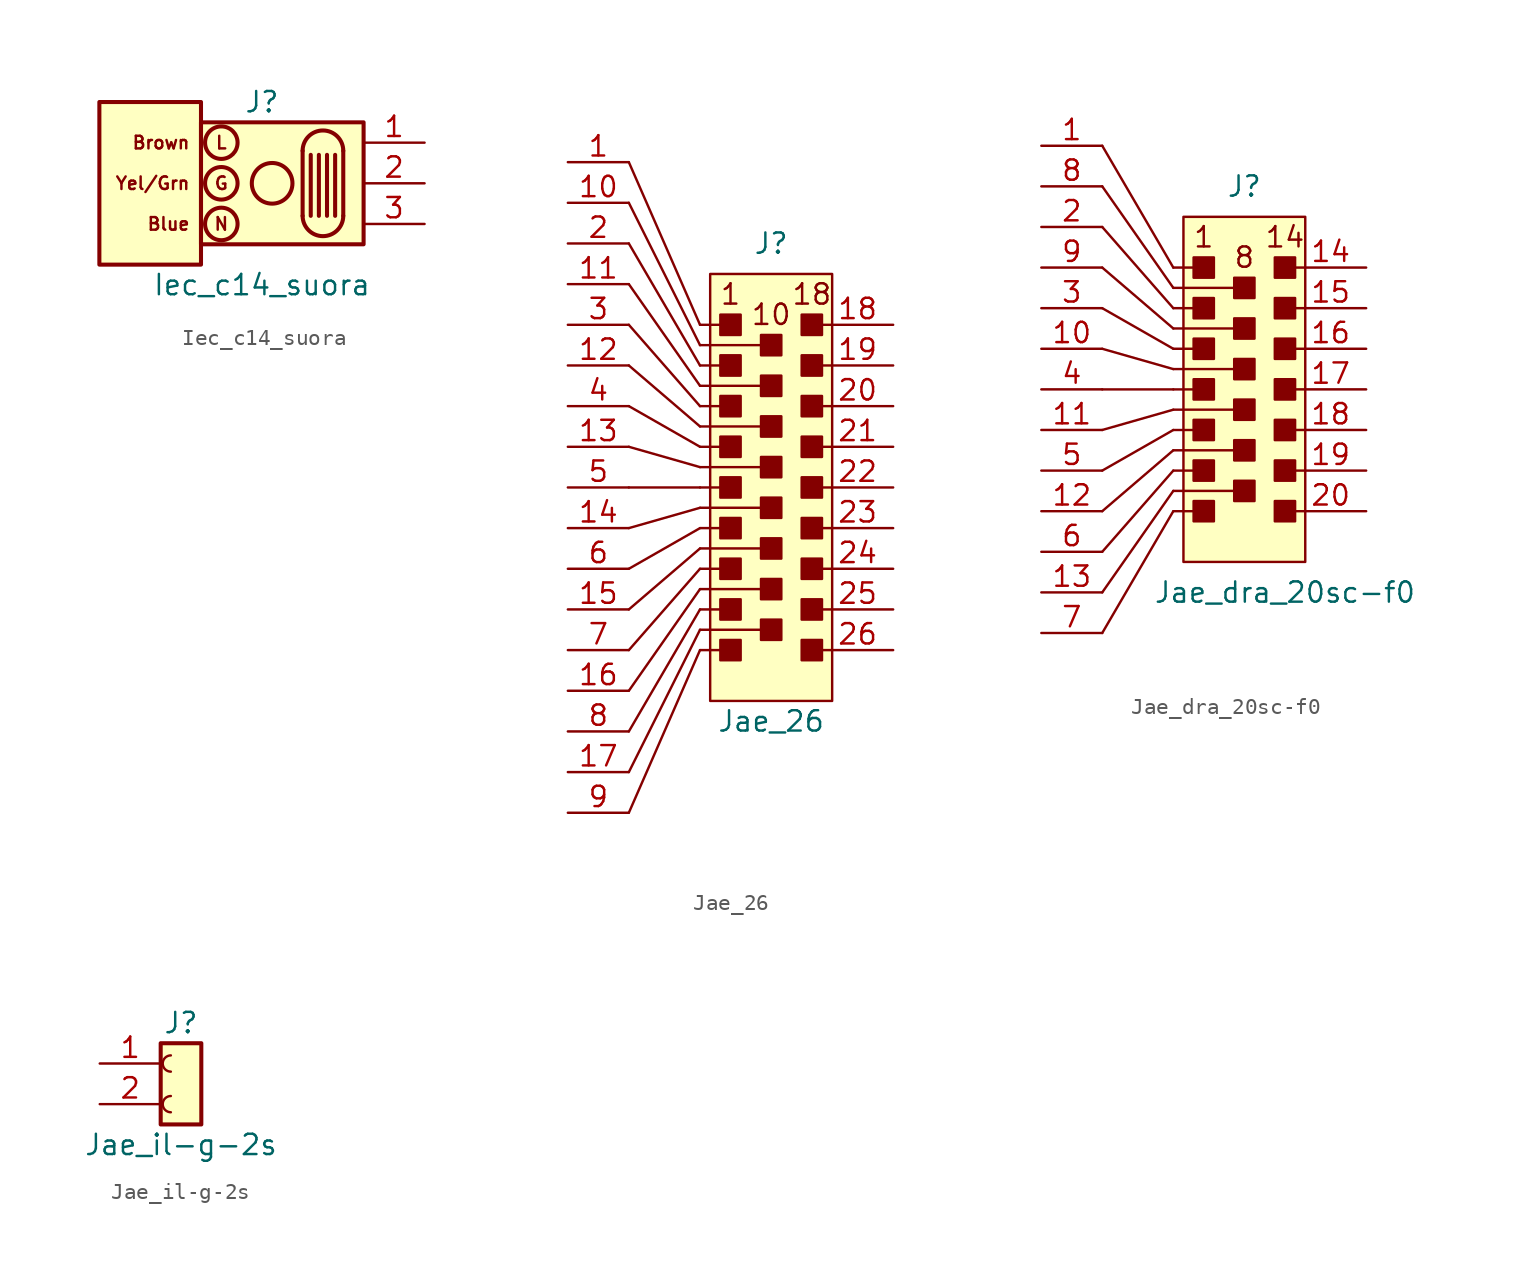
<source format=kicad_sym>
(kicad_symbol_lib
  (version 20220914)
  (generator kicad_symbol_editor)
  (symbol "Iec_c14_suora"
    (pin_names
      (offset 1.016) hide)
    (property "Reference" "J"
      (at 0 5.08 0)
      (effects (font (size 1.27 1.27))))
    (property "Value" "Iec_c14_suora"
      (at 0 -6.35 0)
      (effects (font (size 1.27 1.27))))
    (symbol "Iec_c14_suora_0_0"
      (text "Blue" (at -4.445 -2.54 0) (effects (font (size 0.787 0.787)) (justify right)))
      (text "Brown" (at -4.445 2.54 0) (effects (font (size 0.787 0.787)) (justify right)))
      (text "G" (at -2.54 0 0) (effects (font (size 0.787 0.787))))
      (text "L" (at -2.54 2.54 0) (effects (font (size 0.787 0.787))))
      (text "N" (at -2.54 -2.54 0) (effects (font (size 0.787 0.787))))
      (text "Yel/Grn" (at -4.445 0 0) (effects (font (size 0.787 0.787)) (justify right))))
    (symbol "Iec_c14_suora_0_1"
      (rectangle (start -10.16 5.08) (end -3.81 -5.08) (stroke (width 0.254) (type default)) (fill (type background)))
      (rectangle (start -3.81 3.81) (end 6.35 -3.81) (stroke (width 0.254) (type default)) (fill (type background)))
      (circle (center -2.54 -2.54) (radius 1.016) (stroke (width 0.254) (type default)) (fill (type none)))
      (circle (center -2.54 0) (radius 1.016) (stroke (width 0.254) (type default)) (fill (type none)))
      (circle (center -2.54 2.54) (radius 1.016) (stroke (width 0.254) (type default)) (fill (type none)))
      (polyline (pts (xy 2.54 2.032) (xy 2.54 -2.032)) (stroke (width 0.254) (type default)) (fill (type none)))
      (polyline (pts (xy 3.048 1.778) (xy 3.048 -2.032)) (stroke (width 0.254) (type default)) (fill (type none)))
      (polyline (pts (xy 3.556 1.778) (xy 3.556 -2.032)) (stroke (width 0.254) (type default)) (fill (type none)))
      (polyline (pts (xy 4.064 1.778) (xy 4.064 -2.032)) (stroke (width 0.254) (type default)) (fill (type none)))
      (polyline (pts (xy 4.572 1.778) (xy 4.572 -2.032)) (stroke (width 0.254) (type default)) (fill (type none)))
      (polyline (pts (xy 5.08 2.032) (xy 5.08 -2.032)) (stroke (width 0.254) (type default)) (fill (type none)))
      (circle (center 0.635 0) (radius 1.27) (stroke (width 0.254) (type default)) (fill (type none)))
      (arc (start 2.54 -2.032) (mid 3.81 -3.2965) (end 5.08 -2.032) (stroke (width 0.254) (type default)) (fill (type none))))
    (symbol "Iec_c14_suora_1_1"
      (arc (start 5.08 2.032) (mid 3.81 3.2965) (end 2.54 2.032) (stroke (width 0.254) (type default)) (fill (type none)))
      (pin passive line (at 10.16 2.54 180) (length 3.81) (name "Pin_1" (effects (font (size 1.27 1.27)))) (number "1" (effects (font (size 1.27 1.27)))))
      (pin passive line (at 10.16 0 180) (length 3.81) (name "Pin_2" (effects (font (size 1.27 1.27)))) (number "2" (effects (font (size 1.27 1.27)))))
      (pin passive line (at 10.16 -2.54 180) (length 3.81) (name "Pin_3" (effects (font (size 1.27 1.27)))) (number "3" (effects (font (size 1.27 1.27)))))))
  (symbol "Jae_26"
    (pin_names
      (offset 1.016) hide)
    (property "Reference" "J"
      (at 0 15.24 0)
      (effects (font (size 1.27 1.27))))
    (property "Value" "Jae_26"
      (at 0 -14.605 0)
      (effects (font (size 1.27 1.27))))
    (symbol "Jae_26_0_0"
      (text "1" (at -2.54 12.065 0) (effects (font (size 1.27 1.27))))
      (text "10" (at 0 10.795 0) (effects (font (size 1.27 1.27))))
      (text "18" (at 2.54 12.065 0) (effects (font (size 1.27 1.27)))))
    (symbol "Jae_26_0_1"
      (rectangle (start -3.81 13.335) (end 3.81 -13.335) (stroke (width 0.152) (type default)) (fill (type background)))
      (rectangle (start -3.175 -9.525) (end -1.905 -10.795) (stroke (width 0.152) (type default)) (fill (type outline)))
      (rectangle (start -3.175 -6.985) (end -1.905 -8.255) (stroke (width 0.152) (type default)) (fill (type outline)))
      (rectangle (start -3.175 -4.445) (end -1.905 -5.715) (stroke (width 0.152) (type default)) (fill (type outline)))
      (rectangle (start -3.175 -1.905) (end -1.905 -3.175) (stroke (width 0.152) (type default)) (fill (type outline)))
      (rectangle (start -3.175 0.635) (end -1.905 -0.635) (stroke (width 0.152) (type default)) (fill (type outline)))
      (rectangle (start -3.175 3.175) (end -1.905 1.905) (stroke (width 0.152) (type default)) (fill (type outline)))
      (rectangle (start -3.175 5.715) (end -1.905 4.445) (stroke (width 0.152) (type default)) (fill (type outline)))
      (rectangle (start -3.175 8.255) (end -1.905 6.985) (stroke (width 0.152) (type default)) (fill (type outline)))
      (rectangle (start -3.175 10.795) (end -1.905 9.525) (stroke (width 0.152) (type default)) (fill (type outline)))
      (rectangle (start -0.635 -8.255) (end 0.635 -9.525) (stroke (width 0.152) (type default)) (fill (type outline)))
      (rectangle (start -0.635 -5.715) (end 0.635 -6.985) (stroke (width 0.152) (type default)) (fill (type outline)))
      (rectangle (start -0.635 -3.175) (end 0.635 -4.445) (stroke (width 0.152) (type default)) (fill (type outline)))
      (rectangle (start -0.635 -0.635) (end 0.635 -1.905) (stroke (width 0.152) (type default)) (fill (type outline)))
      (rectangle (start -0.635 1.905) (end 0.635 0.635) (stroke (width 0.152) (type default)) (fill (type outline)))
      (rectangle (start -0.635 4.445) (end 0.635 3.175) (stroke (width 0.152) (type default)) (fill (type outline)))
      (rectangle (start -0.635 6.985) (end 0.635 5.715) (stroke (width 0.152) (type default)) (fill (type outline)))
      (rectangle (start -0.635 9.525) (end 0.635 8.255) (stroke (width 0.152) (type default)) (fill (type outline)))
      (polyline (pts (xy -8.89 2.54) (xy -4.445 1.27)) (stroke (width 0.152) (type default)) (fill (type none)))
      (polyline (pts (xy -4.445 -10.16) (xy -8.89 -20.32)) (stroke (width 0.152) (type default)) (fill (type none)))
      (polyline (pts (xy -4.445 -8.89) (xy -8.89 -17.78)) (stroke (width 0.152) (type default)) (fill (type none)))
      (polyline (pts (xy -4.445 -7.62) (xy -8.89 -15.24)) (stroke (width 0.152) (type default)) (fill (type none)))
      (polyline (pts (xy -4.445 -6.35) (xy -8.89 -12.7)) (stroke (width 0.152) (type default)) (fill (type none)))
      (polyline (pts (xy -4.445 -5.08) (xy -8.89 -10.16)) (stroke (width 0.152) (type default)) (fill (type none)))
      (polyline (pts (xy -4.445 -3.81) (xy -8.89 -7.62)) (stroke (width 0.152) (type default)) (fill (type none)))
      (polyline (pts (xy -4.445 -2.54) (xy -8.89 -5.08)) (stroke (width 0.152) (type default)) (fill (type none)))
      (polyline (pts (xy -4.445 -1.27) (xy -8.89 -2.54)) (stroke (width 0.152) (type default)) (fill (type none)))
      (polyline (pts (xy -4.445 0) (xy -8.89 0)) (stroke (width 0.152) (type default)) (fill (type none)))
      (polyline (pts (xy -4.445 2.54) (xy -8.89 5.08)) (stroke (width 0.152) (type default)) (fill (type none)))
      (polyline (pts (xy -4.445 3.81) (xy -8.89 7.62)) (stroke (width 0.152) (type default)) (fill (type none)))
      (polyline (pts (xy -4.445 5.08) (xy -8.89 10.16)) (stroke (width 0.152) (type default)) (fill (type none)))
      (polyline (pts (xy -4.445 6.35) (xy -8.89 12.7)) (stroke (width 0.152) (type default)) (fill (type none)))
      (polyline (pts (xy -4.445 7.62) (xy -8.89 15.24)) (stroke (width 0.152) (type default)) (fill (type none)))
      (polyline (pts (xy -4.445 8.89) (xy -8.89 17.78)) (stroke (width 0.152) (type default)) (fill (type none)))
      (polyline (pts (xy -4.445 10.16) (xy -8.89 20.32)) (stroke (width 0.152) (type default)) (fill (type none)))
      (polyline (pts (xy -3.175 -10.16) (xy -4.445 -10.16)) (stroke (width 0.152) (type default)) (fill (type none)))
      (polyline (pts (xy -3.175 -7.62) (xy -4.445 -7.62)) (stroke (width 0.152) (type default)) (fill (type none)))
      (polyline (pts (xy -3.175 -5.08) (xy -4.445 -5.08)) (stroke (width 0.152) (type default)) (fill (type none)))
      (polyline (pts (xy -3.175 -2.54) (xy -4.445 -2.54)) (stroke (width 0.152) (type default)) (fill (type none)))
      (polyline (pts (xy -3.175 0) (xy -4.445 0)) (stroke (width 0.152) (type default)) (fill (type none)))
      (polyline (pts (xy -3.175 2.54) (xy -4.445 2.54)) (stroke (width 0.152) (type default)) (fill (type none)))
      (polyline (pts (xy -3.175 5.08) (xy -4.445 5.08)) (stroke (width 0.152) (type default)) (fill (type none)))
      (polyline (pts (xy -3.175 7.62) (xy -4.445 7.62)) (stroke (width 0.152) (type default)) (fill (type none)))
      (polyline (pts (xy -3.175 10.16) (xy -4.445 10.16)) (stroke (width 0.152) (type default)) (fill (type none)))
      (polyline (pts (xy -0.635 -8.89) (xy -4.445 -8.89)) (stroke (width 0.152) (type default)) (fill (type none)))
      (polyline (pts (xy -0.635 -6.35) (xy -4.445 -6.35)) (stroke (width 0.152) (type default)) (fill (type none)))
      (polyline (pts (xy -0.635 -3.81) (xy -4.445 -3.81)) (stroke (width 0.152) (type default)) (fill (type none)))
      (polyline (pts (xy -0.635 -1.27) (xy -4.445 -1.27)) (stroke (width 0.152) (type default)) (fill (type none)))
      (polyline (pts (xy -0.635 1.27) (xy -4.445 1.27)) (stroke (width 0.152) (type default)) (fill (type none)))
      (polyline (pts (xy -0.635 3.81) (xy -4.445 3.81)) (stroke (width 0.152) (type default)) (fill (type none)))
      (polyline (pts (xy -0.635 6.35) (xy -4.445 6.35)) (stroke (width 0.152) (type default)) (fill (type none)))
      (polyline (pts (xy -0.635 8.89) (xy -4.445 8.89)) (stroke (width 0.152) (type default)) (fill (type none)))
      (rectangle (start 1.905 -9.525) (end 3.175 -10.795) (stroke (width 0.152) (type default)) (fill (type outline)))
      (rectangle (start 1.905 -6.985) (end 3.175 -8.255) (stroke (width 0.152) (type default)) (fill (type outline)))
      (rectangle (start 1.905 -4.445) (end 3.175 -5.715) (stroke (width 0.152) (type default)) (fill (type outline)))
      (rectangle (start 1.905 -1.905) (end 3.175 -3.175) (stroke (width 0.152) (type default)) (fill (type outline)))
      (rectangle (start 1.905 0.635) (end 3.175 -0.635) (stroke (width 0.152) (type default)) (fill (type outline)))
      (rectangle (start 1.905 3.175) (end 3.175 1.905) (stroke (width 0.152) (type default)) (fill (type outline)))
      (rectangle (start 1.905 5.715) (end 3.175 4.445) (stroke (width 0.152) (type default)) (fill (type outline)))
      (rectangle (start 1.905 8.255) (end 3.175 6.985) (stroke (width 0.152) (type default)) (fill (type outline)))
      (rectangle (start 1.905 10.795) (end 3.175 9.525) (stroke (width 0.152) (type default)) (fill (type outline))))
    (symbol "Jae_26_1_1"
      (pin passive line (at -12.7 20.32 0) (length 3.81) (name "Pin_1" (effects (font (size 1.27 1.27)))) (number "1" (effects (font (size 1.27 1.27)))))
      (pin passive line (at -12.7 17.78 0) (length 3.81) (name "Pin_10" (effects (font (size 1.27 1.27)))) (number "10" (effects (font (size 1.27 1.27)))))
      (pin passive line (at -12.7 12.7 0) (length 3.81) (name "Pin_11" (effects (font (size 1.27 1.27)))) (number "11" (effects (font (size 1.27 1.27)))))
      (pin passive line (at -12.7 7.62 0) (length 3.81) (name "Pin_12" (effects (font (size 1.27 1.27)))) (number "12" (effects (font (size 1.27 1.27)))))
      (pin passive line (at -12.7 2.54 0) (length 3.81) (name "Pin_13" (effects (font (size 1.27 1.27)))) (number "13" (effects (font (size 1.27 1.27)))))
      (pin passive line (at -12.7 -2.54 0) (length 3.81) (name "Pin_14" (effects (font (size 1.27 1.27)))) (number "14" (effects (font (size 1.27 1.27)))))
      (pin passive line (at -12.7 -7.62 0) (length 3.81) (name "Pin_15" (effects (font (size 1.27 1.27)))) (number "15" (effects (font (size 1.27 1.27)))))
      (pin passive line (at -12.7 -12.7 0) (length 3.81) (name "Pin_16" (effects (font (size 1.27 1.27)))) (number "16" (effects (font (size 1.27 1.27)))))
      (pin passive line (at -12.7 -17.78 0) (length 3.81) (name "Pin_17" (effects (font (size 1.27 1.27)))) (number "17" (effects (font (size 1.27 1.27)))))
      (pin passive line (at 7.62 10.16 180) (length 4.445) (name "Pin_18" (effects (font (size 1.27 1.27)))) (number "18" (effects (font (size 1.27 1.27)))))
      (pin passive line (at 7.62 7.62 180) (length 4.445) (name "Pin_19" (effects (font (size 1.27 1.27)))) (number "19" (effects (font (size 1.27 1.27)))))
      (pin passive line (at -12.7 15.24 0) (length 3.81) (name "Pin_2" (effects (font (size 1.27 1.27)))) (number "2" (effects (font (size 1.27 1.27)))))
      (pin passive line (at 7.62 5.08 180) (length 4.445) (name "Pin_20" (effects (font (size 1.27 1.27)))) (number "20" (effects (font (size 1.27 1.27)))))
      (pin passive line (at 7.62 2.54 180) (length 4.445) (name "Pin_21" (effects (font (size 1.27 1.27)))) (number "21" (effects (font (size 1.27 1.27)))))
      (pin passive line (at 7.62 0 180) (length 4.445) (name "Pin_22" (effects (font (size 1.27 1.27)))) (number "22" (effects (font (size 1.27 1.27)))))
      (pin passive line (at 7.62 -2.54 180) (length 4.445) (name "Pin_23" (effects (font (size 1.27 1.27)))) (number "23" (effects (font (size 1.27 1.27)))))
      (pin passive line (at 7.62 -5.08 180) (length 4.445) (name "Pin_24" (effects (font (size 1.27 1.27)))) (number "24" (effects (font (size 1.27 1.27)))))
      (pin passive line (at 7.62 -7.62 180) (length 4.445) (name "Pin_25" (effects (font (size 1.27 1.27)))) (number "25" (effects (font (size 1.27 1.27)))))
      (pin passive line (at 7.62 -10.16 180) (length 4.445) (name "Pin_26" (effects (font (size 1.27 1.27)))) (number "26" (effects (font (size 1.27 1.27)))))
      (pin passive line (at -12.7 10.16 0) (length 3.81) (name "Pin_3" (effects (font (size 1.27 1.27)))) (number "3" (effects (font (size 1.27 1.27)))))
      (pin passive line (at -12.7 5.08 0) (length 3.81) (name "Pin_4" (effects (font (size 1.27 1.27)))) (number "4" (effects (font (size 1.27 1.27)))))
      (pin passive line (at -12.7 0 0) (length 3.81) (name "Pin_5" (effects (font (size 1.27 1.27)))) (number "5" (effects (font (size 1.27 1.27)))))
      (pin passive line (at -12.7 -5.08 0) (length 3.81) (name "Pin_6" (effects (font (size 1.27 1.27)))) (number "6" (effects (font (size 1.27 1.27)))))
      (pin passive line (at -12.7 -10.16 0) (length 3.81) (name "Pin_7" (effects (font (size 1.27 1.27)))) (number "7" (effects (font (size 1.27 1.27)))))
      (pin passive line (at -12.7 -15.24 0) (length 3.81) (name "Pin_8" (effects (font (size 1.27 1.27)))) (number "8" (effects (font (size 1.27 1.27)))))
      (pin passive line (at -12.7 -20.32 0) (length 3.81) (name "Pin_9" (effects (font (size 1.27 1.27)))) (number "9" (effects (font (size 1.27 1.27)))))))
  (symbol "Jae_dra_20sc-f0"
    (pin_names
      (offset 1.016) hide)
    (property "Reference" "J"
      (at 0 12.7 0)
      (effects (font (size 1.27 1.27))))
    (property "Value" "Jae_dra_20sc-f0"
      (at 2.54 -12.7 0)
      (effects (font (size 1.27 1.27))))
    (symbol "Jae_dra_20sc-f0_0_0"
      (text "1" (at -2.54 9.525 0) (effects (font (size 1.27 1.27))))
      (text "14" (at 2.54 9.525 0) (effects (font (size 1.27 1.27))))
      (text "8" (at 0 8.255 0) (effects (font (size 1.27 1.27)))))
    (symbol "Jae_dra_20sc-f0_0_1"
      (rectangle (start -3.81 10.795) (end 3.81 -10.795) (stroke (width 0.152) (type default)) (fill (type background)))
      (rectangle (start -3.175 -6.985) (end -1.905 -8.255) (stroke (width 0.152) (type default)) (fill (type outline)))
      (rectangle (start -3.175 -4.445) (end -1.905 -5.715) (stroke (width 0.152) (type default)) (fill (type outline)))
      (rectangle (start -3.175 -1.905) (end -1.905 -3.175) (stroke (width 0.152) (type default)) (fill (type outline)))
      (rectangle (start -3.175 0.635) (end -1.905 -0.635) (stroke (width 0.152) (type default)) (fill (type outline)))
      (rectangle (start -3.175 3.175) (end -1.905 1.905) (stroke (width 0.152) (type default)) (fill (type outline)))
      (rectangle (start -3.175 5.715) (end -1.905 4.445) (stroke (width 0.152) (type default)) (fill (type outline)))
      (rectangle (start -3.175 8.255) (end -1.905 6.985) (stroke (width 0.152) (type default)) (fill (type outline)))
      (rectangle (start -0.635 -5.715) (end 0.635 -6.985) (stroke (width 0.152) (type default)) (fill (type outline)))
      (rectangle (start -0.635 -3.175) (end 0.635 -4.445) (stroke (width 0.152) (type default)) (fill (type outline)))
      (rectangle (start -0.635 -0.635) (end 0.635 -1.905) (stroke (width 0.152) (type default)) (fill (type outline)))
      (rectangle (start -0.635 1.905) (end 0.635 0.635) (stroke (width 0.152) (type default)) (fill (type outline)))
      (rectangle (start -0.635 4.445) (end 0.635 3.175) (stroke (width 0.152) (type default)) (fill (type outline)))
      (rectangle (start -0.635 6.985) (end 0.635 5.715) (stroke (width 0.152) (type default)) (fill (type outline)))
      (polyline (pts (xy -8.89 -2.54) (xy -4.445 -1.27)) (stroke (width 0.152) (type default)) (fill (type none)))
      (polyline (pts (xy -4.445 -7.62) (xy -8.89 -15.24)) (stroke (width 0.152) (type default)) (fill (type none)))
      (polyline (pts (xy -4.445 -6.35) (xy -8.89 -12.7)) (stroke (width 0.152) (type default)) (fill (type none)))
      (polyline (pts (xy -4.445 -5.08) (xy -8.89 -10.16)) (stroke (width 0.152) (type default)) (fill (type none)))
      (polyline (pts (xy -4.445 -3.81) (xy -8.89 -7.62)) (stroke (width 0.152) (type default)) (fill (type none)))
      (polyline (pts (xy -4.445 -2.54) (xy -8.89 -5.08)) (stroke (width 0.152) (type default)) (fill (type none)))
      (polyline (pts (xy -4.445 0) (xy -8.89 0)) (stroke (width 0.152) (type default)) (fill (type none)))
      (polyline (pts (xy -4.445 1.27) (xy -8.89 2.54)) (stroke (width 0.152) (type default)) (fill (type none)))
      (polyline (pts (xy -4.445 2.54) (xy -8.89 5.08)) (stroke (width 0.152) (type default)) (fill (type none)))
      (polyline (pts (xy -4.445 3.81) (xy -8.89 7.62)) (stroke (width 0.152) (type default)) (fill (type none)))
      (polyline (pts (xy -4.445 5.08) (xy -8.89 10.16)) (stroke (width 0.152) (type default)) (fill (type none)))
      (polyline (pts (xy -4.445 6.35) (xy -8.89 12.7)) (stroke (width 0.152) (type default)) (fill (type none)))
      (polyline (pts (xy -4.445 7.62) (xy -8.89 15.24)) (stroke (width 0.152) (type default)) (fill (type none)))
      (polyline (pts (xy -3.175 -7.62) (xy -4.445 -7.62)) (stroke (width 0.152) (type default)) (fill (type none)))
      (polyline (pts (xy -3.175 -5.08) (xy -4.445 -5.08)) (stroke (width 0.152) (type default)) (fill (type none)))
      (polyline (pts (xy -3.175 -2.54) (xy -4.445 -2.54)) (stroke (width 0.152) (type default)) (fill (type none)))
      (polyline (pts (xy -3.175 0) (xy -4.445 0)) (stroke (width 0.152) (type default)) (fill (type none)))
      (polyline (pts (xy -3.175 2.54) (xy -4.445 2.54)) (stroke (width 0.152) (type default)) (fill (type none)))
      (polyline (pts (xy -3.175 5.08) (xy -4.445 5.08)) (stroke (width 0.152) (type default)) (fill (type none)))
      (polyline (pts (xy -3.175 7.62) (xy -4.445 7.62)) (stroke (width 0.152) (type default)) (fill (type none)))
      (polyline (pts (xy -0.635 -6.35) (xy -4.445 -6.35)) (stroke (width 0.152) (type default)) (fill (type none)))
      (polyline (pts (xy -0.635 -3.81) (xy -4.445 -3.81)) (stroke (width 0.152) (type default)) (fill (type none)))
      (polyline (pts (xy -0.635 -1.27) (xy -4.445 -1.27)) (stroke (width 0.152) (type default)) (fill (type none)))
      (polyline (pts (xy -0.635 1.27) (xy -4.445 1.27)) (stroke (width 0.152) (type default)) (fill (type none)))
      (polyline (pts (xy -0.635 3.81) (xy -4.445 3.81)) (stroke (width 0.152) (type default)) (fill (type none)))
      (polyline (pts (xy -0.635 6.35) (xy -4.445 6.35)) (stroke (width 0.152) (type default)) (fill (type none)))
      (rectangle (start 1.905 -6.985) (end 3.175 -8.255) (stroke (width 0.152) (type default)) (fill (type outline)))
      (rectangle (start 1.905 -4.445) (end 3.175 -5.715) (stroke (width 0.152) (type default)) (fill (type outline)))
      (rectangle (start 1.905 -1.905) (end 3.175 -3.175) (stroke (width 0.152) (type default)) (fill (type outline)))
      (rectangle (start 1.905 0.635) (end 3.175 -0.635) (stroke (width 0.152) (type default)) (fill (type outline)))
      (rectangle (start 1.905 3.175) (end 3.175 1.905) (stroke (width 0.152) (type default)) (fill (type outline)))
      (rectangle (start 1.905 5.715) (end 3.175 4.445) (stroke (width 0.152) (type default)) (fill (type outline)))
      (rectangle (start 1.905 8.255) (end 3.175 6.985) (stroke (width 0.152) (type default)) (fill (type outline))))
    (symbol "Jae_dra_20sc-f0_1_1"
      (pin passive line (at -12.7 15.24 0) (length 3.81) (name "Pin_1" (effects (font (size 1.27 1.27)))) (number "1" (effects (font (size 1.27 1.27)))))
      (pin passive line (at -12.7 2.54 0) (length 3.81) (name "Pin_10" (effects (font (size 1.27 1.27)))) (number "10" (effects (font (size 1.27 1.27)))))
      (pin passive line (at -12.7 -2.54 0) (length 3.81) (name "Pin_11" (effects (font (size 1.27 1.27)))) (number "11" (effects (font (size 1.27 1.27)))))
      (pin passive line (at -12.7 -7.62 0) (length 3.81) (name "Pin_12" (effects (font (size 1.27 1.27)))) (number "12" (effects (font (size 1.27 1.27)))))
      (pin passive line (at -12.7 -12.7 0) (length 3.81) (name "Pin_13" (effects (font (size 1.27 1.27)))) (number "13" (effects (font (size 1.27 1.27)))))
      (pin passive line (at 7.62 7.62 180) (length 4.445) (name "Pin_14" (effects (font (size 1.27 1.27)))) (number "14" (effects (font (size 1.27 1.27)))))
      (pin passive line (at 7.62 5.08 180) (length 4.445) (name "Pin_15" (effects (font (size 1.27 1.27)))) (number "15" (effects (font (size 1.27 1.27)))))
      (pin passive line (at 7.62 2.54 180) (length 4.445) (name "Pin_16" (effects (font (size 1.27 1.27)))) (number "16" (effects (font (size 1.27 1.27)))))
      (pin passive line (at 7.62 0 180) (length 4.445) (name "Pin_17" (effects (font (size 1.27 1.27)))) (number "17" (effects (font (size 1.27 1.27)))))
      (pin passive line (at 7.62 -2.54 180) (length 4.445) (name "Pin_18" (effects (font (size 1.27 1.27)))) (number "18" (effects (font (size 1.27 1.27)))))
      (pin passive line (at 7.62 -5.08 180) (length 4.445) (name "Pin_19" (effects (font (size 1.27 1.27)))) (number "19" (effects (font (size 1.27 1.27)))))
      (pin passive line (at -12.7 10.16 0) (length 3.81) (name "Pin_2" (effects (font (size 1.27 1.27)))) (number "2" (effects (font (size 1.27 1.27)))))
      (pin passive line (at 7.62 -7.62 180) (length 4.445) (name "Pin_20" (effects (font (size 1.27 1.27)))) (number "20" (effects (font (size 1.27 1.27)))))
      (pin passive line (at -12.7 5.08 0) (length 3.81) (name "Pin_3" (effects (font (size 1.27 1.27)))) (number "3" (effects (font (size 1.27 1.27)))))
      (pin passive line (at -12.7 0 0) (length 3.81) (name "Pin_4" (effects (font (size 1.27 1.27)))) (number "4" (effects (font (size 1.27 1.27)))))
      (pin passive line (at -12.7 -5.08 0) (length 3.81) (name "Pin_5" (effects (font (size 1.27 1.27)))) (number "5" (effects (font (size 1.27 1.27)))))
      (pin passive line (at -12.7 -10.16 0) (length 3.81) (name "Pin_6" (effects (font (size 1.27 1.27)))) (number "6" (effects (font (size 1.27 1.27)))))
      (pin passive line (at -12.7 -15.24 0) (length 3.81) (name "Pin_7" (effects (font (size 1.27 1.27)))) (number "7" (effects (font (size 1.27 1.27)))))
      (pin passive line (at -12.7 12.7 0) (length 3.81) (name "Pin_8" (effects (font (size 1.27 1.27)))) (number "8" (effects (font (size 1.27 1.27)))))
      (pin passive line (at -12.7 7.62 0) (length 3.81) (name "Pin_9" (effects (font (size 1.27 1.27)))) (number "9" (effects (font (size 1.27 1.27)))))))
  (symbol "Jae_il-g-2s"
    (pin_names
      (offset 1.016) hide)
    (property "Reference" "J"
      (at 0 2.54 0)
      (effects (font (size 1.27 1.27))))
    (property "Value" "Jae_il-g-2s"
      (at 0 -5.08 0)
      (effects (font (size 1.27 1.27))))
    (symbol "Jae_il-g-2s_0_1"
      (arc (start -0.635 -2.032) (mid -1.1408 -2.54) (end -0.635 -3.048) (stroke (width 0) (type default)) (fill (type none)))
      (arc (start -0.635 0.508) (mid -1.1408 0) (end -0.635 -0.508) (stroke (width 0) (type default)) (fill (type none))))
    (symbol "Jae_il-g-2s_1_1"
      (rectangle (start -1.27 1.27) (end 1.27 -3.81) (stroke (width 0.254) (type default)) (fill (type background)))
      (pin passive line (at -5.08 0 0) (length 3.81) (name "Pin_1" (effects (font (size 1.27 1.27)))) (number "1" (effects (font (size 1.27 1.27)))))
      (pin passive line (at -5.08 -2.54 0) (length 3.81) (name "Pin_2" (effects (font (size 1.27 1.27)))) (number "2" (effects (font (size 1.27 1.27))))))))
</source>
